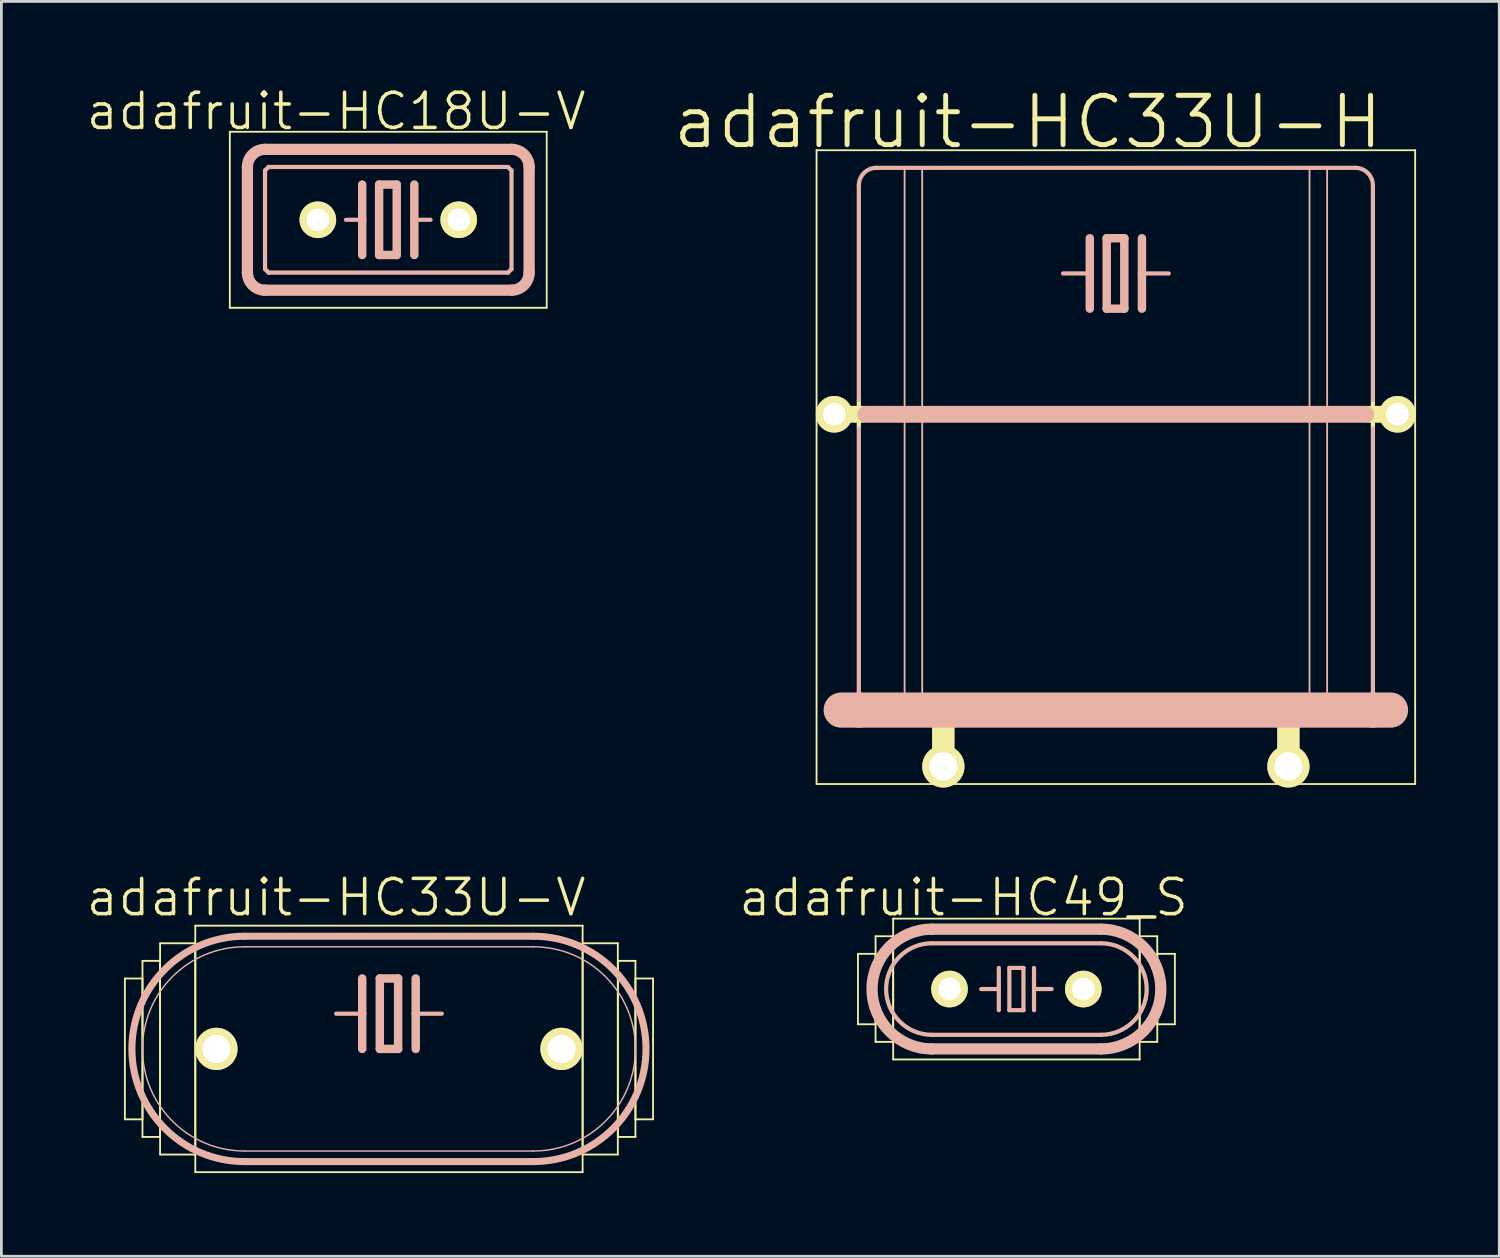
<source format=kicad_pcb>
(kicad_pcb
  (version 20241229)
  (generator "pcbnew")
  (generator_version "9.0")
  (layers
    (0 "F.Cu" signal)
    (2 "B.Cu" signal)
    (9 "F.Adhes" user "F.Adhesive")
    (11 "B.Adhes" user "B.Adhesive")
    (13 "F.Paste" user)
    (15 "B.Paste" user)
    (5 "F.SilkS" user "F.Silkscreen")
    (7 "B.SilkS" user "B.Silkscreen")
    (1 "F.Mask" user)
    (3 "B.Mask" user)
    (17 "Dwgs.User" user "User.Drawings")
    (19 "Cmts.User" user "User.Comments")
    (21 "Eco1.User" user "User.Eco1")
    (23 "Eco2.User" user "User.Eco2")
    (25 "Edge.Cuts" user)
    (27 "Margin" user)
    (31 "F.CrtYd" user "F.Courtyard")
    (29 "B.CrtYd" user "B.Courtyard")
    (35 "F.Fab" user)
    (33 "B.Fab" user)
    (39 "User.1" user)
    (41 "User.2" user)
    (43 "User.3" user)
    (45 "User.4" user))
  (footprint "adafruit-HC33U-V"
    (layer "F.Cu")
    (at 10.979 34.782)
    (property "Reference" "adafruit-HC33U-V" (at -1.905 -5.461 0) (layer "F.SilkS") (effects (font (size 1.27 1.27) (thickness 0.127))))
    (attr exclude_from_pos_files exclude_from_bom)
    (fp_line (start -9.525 -2.54) (end -8.89 -2.54) (stroke (width 0.066) (type solid)) (layer "F.SilkS"))
    (fp_line (start -9.525 2.54) (end -9.525 -2.54) (stroke (width 0.066) (type solid)) (layer "F.SilkS"))
    (fp_line (start -9.525 2.54) (end -8.89 2.54) (stroke (width 0.066) (type solid)) (layer "F.SilkS"))
    (fp_line (start -8.89 -3.175) (end -8.255 -3.175) (stroke (width 0.066) (type solid)) (layer "F.SilkS"))
    (fp_line (start -8.89 2.54) (end -8.89 -2.54) (stroke (width 0.066) (type solid)) (layer "F.SilkS"))
    (fp_line (start -8.89 3.175) (end -8.89 -3.175) (stroke (width 0.066) (type solid)) (layer "F.SilkS"))
    (fp_line (start -8.89 3.175) (end -8.255 3.175) (stroke (width 0.066) (type solid)) (layer "F.SilkS"))
    (fp_line (start -8.255 -3.81) (end -6.985 -3.81) (stroke (width 0.066) (type solid)) (layer "F.SilkS"))
    (fp_line (start -8.255 3.175) (end -8.255 -3.175) (stroke (width 0.066) (type solid)) (layer "F.SilkS"))
    (fp_line (start -8.255 3.81) (end -8.255 -3.81) (stroke (width 0.066) (type solid)) (layer "F.SilkS"))
    (fp_line (start -8.255 3.81) (end -6.985 3.81) (stroke (width 0.066) (type solid)) (layer "F.SilkS"))
    (fp_line (start -6.985 -4.445) (end 6.985 -4.445) (stroke (width 0.066) (type solid)) (layer "F.SilkS"))
    (fp_line (start -6.985 3.81) (end -6.985 -3.81) (stroke (width 0.066) (type solid)) (layer "F.SilkS"))
    (fp_line (start -6.985 4.445) (end -6.985 -4.445) (stroke (width 0.066) (type solid)) (layer "F.SilkS"))
    (fp_line (start -6.985 4.445) (end 6.985 4.445) (stroke (width 0.066) (type solid)) (layer "F.SilkS"))
    (fp_line (start 6.985 -3.81) (end 8.255 -3.81) (stroke (width 0.066) (type solid)) (layer "F.SilkS"))
    (fp_line (start 6.985 3.81) (end 6.985 -3.81) (stroke (width 0.066) (type solid)) (layer "F.SilkS"))
    (fp_line (start 6.985 3.81) (end 8.255 3.81) (stroke (width 0.066) (type solid)) (layer "F.SilkS"))
    (fp_line (start 6.985 4.445) (end 6.985 -4.445) (stroke (width 0.066) (type solid)) (layer "F.SilkS"))
    (fp_line (start 8.255 -3.175) (end 8.89 -3.175) (stroke (width 0.066) (type solid)) (layer "F.SilkS"))
    (fp_line (start 8.255 3.175) (end 8.255 -3.175) (stroke (width 0.066) (type solid)) (layer "F.SilkS"))
    (fp_line (start 8.255 3.175) (end 8.89 3.175) (stroke (width 0.066) (type solid)) (layer "F.SilkS"))
    (fp_line (start 8.255 3.81) (end 8.255 -3.81) (stroke (width 0.066) (type solid)) (layer "F.SilkS"))
    (fp_line (start 8.89 -2.54) (end 9.525 -2.54) (stroke (width 0.066) (type solid)) (layer "F.SilkS"))
    (fp_line (start 8.89 2.54) (end 8.89 -2.54) (stroke (width 0.066) (type solid)) (layer "F.SilkS"))
    (fp_line (start 8.89 2.54) (end 9.525 2.54) (stroke (width 0.066) (type solid)) (layer "F.SilkS"))
    (fp_line (start 8.89 3.175) (end 8.89 -3.175) (stroke (width 0.066) (type solid)) (layer "F.SilkS"))
    (fp_line (start 9.525 2.54) (end 9.525 -2.54) (stroke (width 0.066) (type solid)) (layer "F.SilkS"))
    (fp_line (start -5.207 -4.064) (end 5.207 -4.064) (stroke (width 0.254) (type solid)) (layer "B.SilkS"))
    (fp_line (start -5.207 -3.683) (end 5.207 -3.683) (stroke (width 0.051) (type solid)) (layer "B.SilkS"))
    (fp_line (start -5.207 3.683) (end 5.207 3.683) (stroke (width 0.051) (type solid)) (layer "B.SilkS"))
    (fp_line (start -5.207 4.064) (end 5.207 4.064) (stroke (width 0.254) (type solid)) (layer "B.SilkS"))
    (fp_line (start -0.965 -2.54) (end -0.965 -1.27) (stroke (width 0.305) (type solid)) (layer "B.SilkS"))
    (fp_line (start -0.965 -1.27) (end -1.905 -1.27) (stroke (width 0.152) (type solid)) (layer "B.SilkS"))
    (fp_line (start -0.965 -1.27) (end -0.965 0) (stroke (width 0.305) (type solid)) (layer "B.SilkS"))
    (fp_line (start -0.33 -2.54) (end -0.33 0) (stroke (width 0.305) (type solid)) (layer "B.SilkS"))
    (fp_line (start -0.33 0) (end 0.33 0) (stroke (width 0.305) (type solid)) (layer "B.SilkS"))
    (fp_line (start 0.33 -2.54) (end -0.33 -2.54) (stroke (width 0.305) (type solid)) (layer "B.SilkS"))
    (fp_line (start 0.33 0) (end 0.33 -2.54) (stroke (width 0.305) (type solid)) (layer "B.SilkS"))
    (fp_line (start 0.965 -2.54) (end 0.965 -1.27) (stroke (width 0.305) (type solid)) (layer "B.SilkS"))
    (fp_line (start 0.965 -1.27) (end 0.965 0) (stroke (width 0.305) (type solid)) (layer "B.SilkS"))
    (fp_line (start 0.965 -1.27) (end 1.905 -1.27) (stroke (width 0.152) (type solid)) (layer "B.SilkS"))
    (fp_arc (start -5.207 3.683) (mid -8.89 0) (end -5.207 -3.683) (stroke (width 0.0508) (type solid)) (layer "B.SilkS"))
    (fp_arc (start -5.207 4.064) (mid -9.271 0) (end -5.207 -4.064) (stroke (width 0.254) (type solid)) (layer "B.SilkS"))
    (fp_arc (start 5.207 -4.064) (mid 9.271 0) (end 5.207 4.064) (stroke (width 0.254) (type solid)) (layer "B.SilkS"))
    (fp_arc (start 5.207 -3.683) (mid 8.89 0) (end 5.207 3.683) (stroke (width 0.0508) (type solid)) (layer "B.SilkS"))
    (pad "1" thru_hole circle (at -6.223 0) (size 1.524 1.524) (drill 1.016) (layers "*.Cu" "F.Mask" "F.SilkS" "F.Paste"))
    (pad "2" thru_hole circle (at 6.223 0) (size 1.524 1.524) (drill 1.016) (layers "*.Cu" "F.Mask" "F.SilkS" "F.Paste")))
  (footprint "adafruit-HC49_S"
    (layer "F.Cu")
    (at 33.61 32.623)
    (property "Reference" "adafruit-HC49_S" (at -1.905 -3.302 0) (layer "F.SilkS") (effects (font (size 1.27 1.27) (thickness 0.127))))
    (attr exclude_from_pos_files exclude_from_bom)
    (fp_line (start -5.715 -1.27) (end -5.08 -1.27) (stroke (width 0.066) (type solid)) (layer "F.SilkS"))
    (fp_line (start -5.715 1.27) (end -5.715 -1.27) (stroke (width 0.066) (type solid)) (layer "F.SilkS"))
    (fp_line (start -5.715 1.27) (end -5.08 1.27) (stroke (width 0.066) (type solid)) (layer "F.SilkS"))
    (fp_line (start -5.08 -1.905) (end -4.445 -1.905) (stroke (width 0.066) (type solid)) (layer "F.SilkS"))
    (fp_line (start -5.08 1.27) (end -5.08 -1.27) (stroke (width 0.066) (type solid)) (layer "F.SilkS"))
    (fp_line (start -5.08 1.905) (end -5.08 -1.905) (stroke (width 0.066) (type solid)) (layer "F.SilkS"))
    (fp_line (start -5.08 1.905) (end -4.445 1.905) (stroke (width 0.066) (type solid)) (layer "F.SilkS"))
    (fp_line (start -4.445 -2.54) (end 4.445 -2.54) (stroke (width 0.066) (type solid)) (layer "F.SilkS"))
    (fp_line (start -4.445 1.905) (end -4.445 -1.905) (stroke (width 0.066) (type solid)) (layer "F.SilkS"))
    (fp_line (start -4.445 2.54) (end -4.445 -2.54) (stroke (width 0.066) (type solid)) (layer "F.SilkS"))
    (fp_line (start -4.445 2.54) (end 4.445 2.54) (stroke (width 0.066) (type solid)) (layer "F.SilkS"))
    (fp_line (start 4.445 -1.905) (end 5.08 -1.905) (stroke (width 0.066) (type solid)) (layer "F.SilkS"))
    (fp_line (start 4.445 1.905) (end 4.445 -1.905) (stroke (width 0.066) (type solid)) (layer "F.SilkS"))
    (fp_line (start 4.445 1.905) (end 5.08 1.905) (stroke (width 0.066) (type solid)) (layer "F.SilkS"))
    (fp_line (start 4.445 2.54) (end 4.445 -2.54) (stroke (width 0.066) (type solid)) (layer "F.SilkS"))
    (fp_line (start 5.08 -1.27) (end 5.715 -1.27) (stroke (width 0.066) (type solid)) (layer "F.SilkS"))
    (fp_line (start 5.08 1.27) (end 5.08 -1.27) (stroke (width 0.066) (type solid)) (layer "F.SilkS"))
    (fp_line (start 5.08 1.27) (end 5.715 1.27) (stroke (width 0.066) (type solid)) (layer "F.SilkS"))
    (fp_line (start 5.08 1.905) (end 5.08 -1.905) (stroke (width 0.066) (type solid)) (layer "F.SilkS"))
    (fp_line (start 5.715 1.27) (end 5.715 -1.27) (stroke (width 0.066) (type solid)) (layer "F.SilkS"))
    (fp_line (start -3.048 -2.159) (end 3.048 -2.159) (stroke (width 0.406) (type solid)) (layer "B.SilkS"))
    (fp_line (start -3.048 1.651) (end 3.048 1.651) (stroke (width 0.152) (type solid)) (layer "B.SilkS"))
    (fp_line (start -3.048 2.159) (end 3.048 2.159) (stroke (width 0.406) (type solid)) (layer "B.SilkS"))
    (fp_line (start -0.635 -0.762) (end -0.635 0) (stroke (width 0.152) (type solid)) (layer "B.SilkS"))
    (fp_line (start -0.635 0) (end -1.27 0) (stroke (width 0.152) (type solid)) (layer "B.SilkS"))
    (fp_line (start -0.635 0) (end -0.635 0.762) (stroke (width 0.152) (type solid)) (layer "B.SilkS"))
    (fp_line (start -0.254 -0.762) (end 0.254 -0.762) (stroke (width 0.152) (type solid)) (layer "B.SilkS"))
    (fp_line (start -0.254 0.762) (end -0.254 -0.762) (stroke (width 0.152) (type solid)) (layer "B.SilkS"))
    (fp_line (start 0.254 -0.762) (end 0.254 0.762) (stroke (width 0.152) (type solid)) (layer "B.SilkS"))
    (fp_line (start 0.254 0.762) (end -0.254 0.762) (stroke (width 0.152) (type solid)) (layer "B.SilkS"))
    (fp_line (start 0.635 -0.762) (end 0.635 0) (stroke (width 0.152) (type solid)) (layer "B.SilkS"))
    (fp_line (start 0.635 0) (end 0.635 0.762) (stroke (width 0.152) (type solid)) (layer "B.SilkS"))
    (fp_line (start 0.635 0) (end 1.27 0) (stroke (width 0.152) (type solid)) (layer "B.SilkS"))
    (fp_line (start 3.048 -1.651) (end -3.048 -1.651) (stroke (width 0.152) (type solid)) (layer "B.SilkS"))
    (fp_arc (start -3.048 1.651) (mid -4.699 0) (end -3.048 -1.651) (stroke (width 0.1524) (type solid)) (layer "B.SilkS"))
    (fp_arc (start -3.048 2.159) (mid -5.207 0) (end -3.048 -2.159) (stroke (width 0.4064) (type solid)) (layer "B.SilkS"))
    (fp_arc (start 3.048 -2.159) (mid 5.207 0) (end 3.048 2.159) (stroke (width 0.4064) (type solid)) (layer "B.SilkS"))
    (fp_arc (start 3.048 -1.651) (mid 4.699 0) (end 3.048 1.651) (stroke (width 0.1524) (type solid)) (layer "B.SilkS"))
    (pad "1" thru_hole circle (at -2.413 0) (size 1.321 1.321) (drill 0.813) (layers "*.Cu" "F.Mask" "F.SilkS" "F.Paste"))
    (pad "2" thru_hole circle (at 2.413 0) (size 1.321 1.321) (drill 0.813) (layers "*.Cu" "F.Mask" "F.SilkS" "F.Paste")))
  (footprint "adafruit-HC18U-V"
    (layer "F.Cu")
    (at 10.954 4.877)
    (property "Reference" "adafruit-HC18U-V" (at -1.88 -3.912 0) (layer "F.SilkS") (effects (font (size 1.27 1.27) (thickness 0.127))))
    (attr exclude_from_pos_files exclude_from_bom)
    (fp_line (start -5.715 -3.175) (end 5.715 -3.175) (stroke (width 0.066) (type solid)) (layer "F.SilkS"))
    (fp_line (start -5.715 3.175) (end -5.715 -3.175) (stroke (width 0.066) (type solid)) (layer "F.SilkS"))
    (fp_line (start -5.715 3.175) (end 5.715 3.175) (stroke (width 0.066) (type solid)) (layer "F.SilkS"))
    (fp_line (start 5.715 3.175) (end 5.715 -3.175) (stroke (width 0.066) (type solid)) (layer "F.SilkS"))
    (fp_line (start -5.08 -1.905) (end -5.08 1.905) (stroke (width 0.406) (type solid)) (layer "B.SilkS"))
    (fp_line (start -4.445 -2.54) (end 4.445 -2.54) (stroke (width 0.406) (type solid)) (layer "B.SilkS"))
    (fp_line (start -4.445 -1.778) (end -4.445 1.778) (stroke (width 0.152) (type solid)) (layer "B.SilkS"))
    (fp_line (start -4.445 -1.778) (end -4.318 -1.905) (stroke (width 0.152) (type solid)) (layer "B.SilkS"))
    (fp_line (start -4.445 2.54) (end 4.445 2.54) (stroke (width 0.406) (type solid)) (layer "B.SilkS"))
    (fp_line (start -4.318 1.905) (end -4.445 1.778) (stroke (width 0.152) (type solid)) (layer "B.SilkS"))
    (fp_line (start -4.318 1.905) (end 4.318 1.905) (stroke (width 0.152) (type solid)) (layer "B.SilkS"))
    (fp_line (start -0.94 -1.27) (end -0.94 0) (stroke (width 0.305) (type solid)) (layer "B.SilkS"))
    (fp_line (start -0.94 0) (end -1.524 0) (stroke (width 0.152) (type solid)) (layer "B.SilkS"))
    (fp_line (start -0.94 0) (end -0.94 1.27) (stroke (width 0.305) (type solid)) (layer "B.SilkS"))
    (fp_line (start -0.33 -1.27) (end -0.33 1.27) (stroke (width 0.305) (type solid)) (layer "B.SilkS"))
    (fp_line (start -0.33 1.27) (end 0.305 1.27) (stroke (width 0.305) (type solid)) (layer "B.SilkS"))
    (fp_line (start 0.305 -1.27) (end -0.33 -1.27) (stroke (width 0.305) (type solid)) (layer "B.SilkS"))
    (fp_line (start 0.305 1.27) (end 0.305 -1.27) (stroke (width 0.305) (type solid)) (layer "B.SilkS"))
    (fp_line (start 0.94 -1.27) (end 0.94 0) (stroke (width 0.305) (type solid)) (layer "B.SilkS"))
    (fp_line (start 0.94 0) (end 0.94 1.27) (stroke (width 0.305) (type solid)) (layer "B.SilkS"))
    (fp_line (start 0.94 0) (end 1.524 0) (stroke (width 0.152) (type solid)) (layer "B.SilkS"))
    (fp_line (start 4.318 -1.905) (end -4.318 -1.905) (stroke (width 0.152) (type solid)) (layer "B.SilkS"))
    (fp_line (start 4.318 -1.905) (end 4.445 -1.778) (stroke (width 0.152) (type solid)) (layer "B.SilkS"))
    (fp_line (start 4.318 1.905) (end 4.445 1.778) (stroke (width 0.152) (type solid)) (layer "B.SilkS"))
    (fp_line (start 4.445 1.778) (end 4.445 -1.778) (stroke (width 0.152) (type solid)) (layer "B.SilkS"))
    (fp_line (start 5.08 1.905) (end 5.08 -1.905) (stroke (width 0.406) (type solid)) (layer "B.SilkS"))
    (fp_arc (start -5.08 -1.905) (mid -4.894013 -2.354013) (end -4.445 -2.54) (stroke (width 0.4064) (type solid)) (layer "B.SilkS"))
    (fp_arc (start -4.445 2.54) (mid -4.894013 2.354013) (end -5.08 1.905) (stroke (width 0.4064) (type solid)) (layer "B.SilkS"))
    (fp_arc (start 4.445 -2.54) (mid 4.894013 -2.354013) (end 5.08 -1.905) (stroke (width 0.4064) (type solid)) (layer "B.SilkS"))
    (fp_arc (start 5.08 1.905) (mid 4.894013 2.354013) (end 4.445 2.54) (stroke (width 0.4064) (type solid)) (layer "B.SilkS"))
    (pad "1" thru_hole circle (at -2.54 0) (size 1.321 1.321) (drill 0.813) (layers "*.Cu" "F.Mask" "F.SilkS" "F.Paste"))
    (pad "2" thru_hole circle (at 2.54 0) (size 1.321 1.321) (drill 0.813) (layers "*.Cu" "F.Mask" "F.SilkS" "F.Paste")))
  (footprint "adafruit-HC33U-H"
    (layer "F.Cu")
    (at 37.197 19.513)
    (property "Reference" "adafruit-HC33U-H" (at -3.175 -18.161 0) (layer "F.SilkS") (effects (font (size 1.778 1.778) (thickness 0.178))))
    (attr exclude_from_pos_files exclude_from_bom)
    (fp_line (start -10.795 -17.145) (end 10.795 -17.145) (stroke (width 0.066) (type solid)) (layer "F.SilkS"))
    (fp_line (start -10.795 5.715) (end -10.795 -17.145) (stroke (width 0.066) (type solid)) (layer "F.SilkS"))
    (fp_line (start -10.795 5.715) (end 10.795 5.715) (stroke (width 0.066) (type solid)) (layer "F.SilkS"))
    (fp_line (start -10.16 -7.62) (end -9.144 -7.62) (stroke (width 0.61) (type solid)) (layer "F.SilkS"))
    (fp_line (start -9.271 -8.128) (end -9.271 -7.112) (stroke (width 0.152) (type solid)) (layer "F.SilkS"))
    (fp_line (start -6.223 3.175) (end -6.223 5.08) (stroke (width 0.813) (type solid)) (layer "F.SilkS"))
    (fp_line (start 6.223 3.175) (end 6.223 5.08) (stroke (width 0.813) (type solid)) (layer "F.SilkS"))
    (fp_line (start 9.144 -7.62) (end 10.16 -7.62) (stroke (width 0.61) (type solid)) (layer "F.SilkS"))
    (fp_line (start 9.271 -8.128) (end 9.271 -7.112) (stroke (width 0.152) (type solid)) (layer "F.SilkS"))
    (fp_line (start 10.795 5.715) (end 10.795 -17.145) (stroke (width 0.066) (type solid)) (layer "F.SilkS"))
    (fp_line (start -9.906 3.048) (end -9.271 3.048) (stroke (width 1.27) (type solid)) (layer "B.SilkS"))
    (fp_line (start -9.271 -8.128) (end -9.271 -15.875) (stroke (width 0.152) (type solid)) (layer "B.SilkS"))
    (fp_line (start -9.271 -7.112) (end -9.271 3.048) (stroke (width 0.152) (type solid)) (layer "B.SilkS"))
    (fp_line (start -9.271 3.048) (end 9.271 3.048) (stroke (width 1.27) (type solid)) (layer "B.SilkS"))
    (fp_line (start -9.017 -7.62) (end 9.017 -7.62) (stroke (width 0.61) (type solid)) (layer "B.SilkS"))
    (fp_line (start -7.62 -16.51) (end -6.985 -16.51) (stroke (width 0.066) (type solid)) (layer "B.SilkS"))
    (fp_line (start -7.62 3.175) (end -7.62 -16.51) (stroke (width 0.066) (type solid)) (layer "B.SilkS"))
    (fp_line (start -7.62 3.175) (end -6.985 3.175) (stroke (width 0.066) (type solid)) (layer "B.SilkS"))
    (fp_line (start -6.985 3.175) (end -6.985 -16.51) (stroke (width 0.066) (type solid)) (layer "B.SilkS"))
    (fp_line (start -0.94 -13.97) (end -0.94 -12.7) (stroke (width 0.305) (type solid)) (layer "B.SilkS"))
    (fp_line (start -0.94 -12.7) (end -1.905 -12.7) (stroke (width 0.152) (type solid)) (layer "B.SilkS"))
    (fp_line (start -0.94 -12.7) (end -0.94 -11.43) (stroke (width 0.305) (type solid)) (layer "B.SilkS"))
    (fp_line (start -0.33 -13.97) (end -0.33 -11.43) (stroke (width 0.305) (type solid)) (layer "B.SilkS"))
    (fp_line (start -0.33 -11.43) (end 0.305 -11.43) (stroke (width 0.305) (type solid)) (layer "B.SilkS"))
    (fp_line (start 0.305 -13.97) (end -0.33 -13.97) (stroke (width 0.305) (type solid)) (layer "B.SilkS"))
    (fp_line (start 0.305 -11.43) (end 0.305 -13.97) (stroke (width 0.305) (type solid)) (layer "B.SilkS"))
    (fp_line (start 0.94 -13.97) (end 0.94 -12.7) (stroke (width 0.305) (type solid)) (layer "B.SilkS"))
    (fp_line (start 0.94 -12.7) (end 0.94 -11.43) (stroke (width 0.305) (type solid)) (layer "B.SilkS"))
    (fp_line (start 0.94 -12.7) (end 1.905 -12.7) (stroke (width 0.152) (type solid)) (layer "B.SilkS"))
    (fp_line (start 6.985 -16.51) (end 7.62 -16.51) (stroke (width 0.066) (type solid)) (layer "B.SilkS"))
    (fp_line (start 6.985 3.175) (end 6.985 -16.51) (stroke (width 0.066) (type solid)) (layer "B.SilkS"))
    (fp_line (start 6.985 3.175) (end 7.62 3.175) (stroke (width 0.066) (type solid)) (layer "B.SilkS"))
    (fp_line (start 7.62 3.175) (end 7.62 -16.51) (stroke (width 0.066) (type solid)) (layer "B.SilkS"))
    (fp_line (start 8.636 -16.51) (end -8.636 -16.51) (stroke (width 0.152) (type solid)) (layer "B.SilkS"))
    (fp_line (start 9.271 -8.128) (end 9.271 -15.875) (stroke (width 0.152) (type solid)) (layer "B.SilkS"))
    (fp_line (start 9.271 -7.112) (end 9.271 3.048) (stroke (width 0.152) (type solid)) (layer "B.SilkS"))
    (fp_line (start 9.271 3.048) (end 9.906 3.048) (stroke (width 1.27) (type solid)) (layer "B.SilkS"))
    (fp_arc (start -9.271 -15.875) (mid -9.085013 -16.324013) (end -8.636 -16.51) (stroke (width 0.1524) (type solid)) (layer "B.SilkS"))
    (fp_arc (start 8.636 -16.51) (mid 9.085013 -16.324013) (end 9.271 -15.875) (stroke (width 0.1524) (type solid)) (layer "B.SilkS"))
    (pad "1" thru_hole circle (at -6.223 5.08) (size 1.524 1.524) (drill 1.016) (layers "*.Cu" "F.Mask" "F.SilkS" "F.Paste"))
    (pad "2" thru_hole circle (at 6.223 5.08) (size 1.524 1.524) (drill 1.016) (layers "*.Cu" "F.Mask" "F.SilkS" "F.Paste"))
    (pad "M" thru_hole circle (at -10.16 -7.62) (size 1.321 1.321) (drill 0.813) (layers "*.Cu" "F.Mask" "F.SilkS" "F.Paste"))
    (pad "M1" thru_hole circle (at 10.16 -7.62) (size 1.321 1.321) (drill 0.813) (layers "*.Cu" "F.Mask" "F.SilkS" "F.Paste")))
  (gr_rect
    (start -3 -3)
    (end 51.025 42.26)
    (stroke (width 0.1) (type default))
    (fill no)
    (layer "Edge.Cuts")))
</source>
